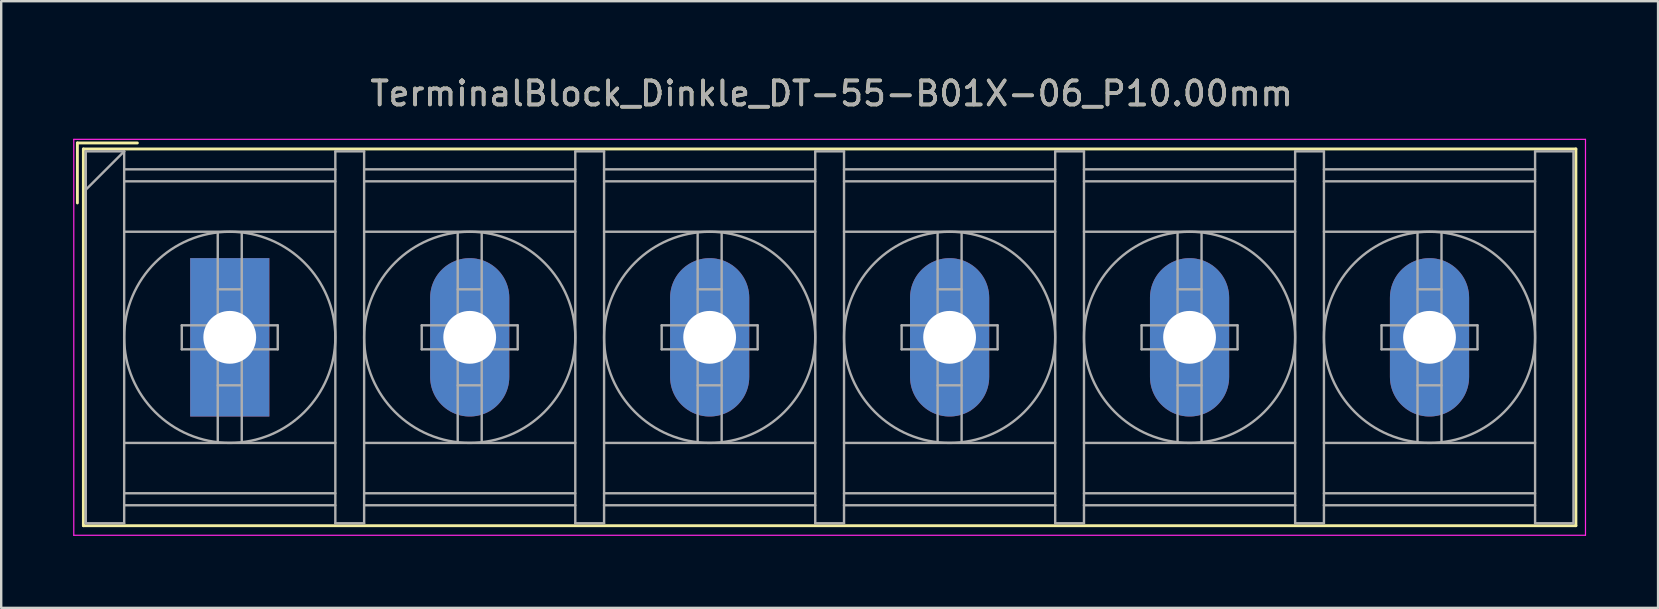
<source format=kicad_pcb>
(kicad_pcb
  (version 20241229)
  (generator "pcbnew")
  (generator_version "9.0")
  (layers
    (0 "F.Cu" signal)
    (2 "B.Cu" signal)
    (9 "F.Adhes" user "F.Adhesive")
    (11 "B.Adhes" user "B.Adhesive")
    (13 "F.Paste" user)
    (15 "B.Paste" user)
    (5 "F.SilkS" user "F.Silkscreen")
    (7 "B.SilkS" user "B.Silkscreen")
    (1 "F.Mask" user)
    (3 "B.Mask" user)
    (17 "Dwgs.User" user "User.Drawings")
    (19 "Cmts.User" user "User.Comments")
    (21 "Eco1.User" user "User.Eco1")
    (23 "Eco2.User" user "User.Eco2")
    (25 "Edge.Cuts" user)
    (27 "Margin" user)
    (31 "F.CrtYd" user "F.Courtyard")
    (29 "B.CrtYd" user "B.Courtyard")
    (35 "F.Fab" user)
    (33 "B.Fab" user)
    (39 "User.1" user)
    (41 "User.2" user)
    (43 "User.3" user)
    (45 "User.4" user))
  (footprint "TerminalBlock_Dinkle_DT-55-B01X-06_P10.00mm"
    (layer "F.Cu")
    (at 6.525 11.008)
    (property "Reference" "TerminalBlock_Dinkle_DT-55-B01X-06_P10.00mm" (at 25.08 -10.16 0) (layer "F.SilkS") (effects (font (size 1 1) (thickness 0.15))))
    (attr through_hole)
    (fp_line (start -6.35 -8.1) (end -3.85 -8.1) (stroke (width 0.12) (type solid)) (layer "F.SilkS"))
    (fp_line (start -6.35 -5.6) (end -6.35 -8.1) (stroke (width 0.12) (type solid)) (layer "F.SilkS"))
    (fp_line (start -6.1 -7.85) (end 56.1 -7.85) (stroke (width 0.12) (type solid)) (layer "F.SilkS"))
    (fp_line (start -6.1 7.85) (end -6.1 -7.85) (stroke (width 0.12) (type solid)) (layer "F.SilkS"))
    (fp_line (start -6.1 7.85) (end 56.1 7.85) (stroke (width 0.12) (type solid)) (layer "F.SilkS"))
    (fp_line (start 56.1 -7.85) (end 56.1 7.85) (stroke (width 0.12) (type solid)) (layer "F.SilkS"))
    (fp_line (start -6.5 -8.25) (end 56.5 -8.25) (stroke (width 0.05) (type solid)) (layer "F.CrtYd"))
    (fp_line (start -6.5 8.25) (end -6.5 -8.25) (stroke (width 0.05) (type solid)) (layer "F.CrtYd"))
    (fp_line (start -6.5 8.25) (end 56.5 8.25) (stroke (width 0.05) (type solid)) (layer "F.CrtYd"))
    (fp_line (start 56.5 -8.25) (end 56.5 8.25) (stroke (width 0.05) (type solid)) (layer "F.CrtYd"))
    (fp_line (start -6 -7.75) (end -6 7.75) (stroke (width 0.1) (type solid)) (layer "F.Fab"))
    (fp_line (start -6 -7.75) (end -4.4 -7.75) (stroke (width 0.1) (type solid)) (layer "F.Fab"))
    (fp_line (start -6 7.75) (end -4.4 7.75) (stroke (width 0.1) (type solid)) (layer "F.Fab"))
    (fp_line (start -4.4 -7.75) (end -6 -6.15) (stroke (width 0.1) (type solid)) (layer "F.Fab"))
    (fp_line (start -4.4 -7.75) (end -4.4 7.75) (stroke (width 0.1) (type solid)) (layer "F.Fab"))
    (fp_line (start -4.4 -7) (end 4.4 -7) (stroke (width 0.1) (type solid)) (layer "F.Fab"))
    (fp_line (start -4.4 -6.5) (end 4.4 -6.5) (stroke (width 0.1) (type solid)) (layer "F.Fab"))
    (fp_line (start -4.4 -4.4) (end 4.4 -4.4) (stroke (width 0.1) (type solid)) (layer "F.Fab"))
    (fp_line (start -4.4 4.4) (end 4.4 4.4) (stroke (width 0.1) (type solid)) (layer "F.Fab"))
    (fp_line (start -4.4 6.5) (end 4.4 6.5) (stroke (width 0.1) (type solid)) (layer "F.Fab"))
    (fp_line (start -4.4 7) (end 4.4 7) (stroke (width 0.1) (type solid)) (layer "F.Fab"))
    (fp_line (start -2 -0.5) (end -2 0.5) (stroke (width 0.1) (type solid)) (layer "F.Fab"))
    (fp_line (start -2 0.5) (end -0.5 0.5) (stroke (width 0.1) (type solid)) (layer "F.Fab"))
    (fp_line (start -0.5 -4.35) (end -0.5 -0.5) (stroke (width 0.1) (type solid)) (layer "F.Fab"))
    (fp_line (start -0.5 -2) (end 0.5 -2) (stroke (width 0.1) (type solid)) (layer "F.Fab"))
    (fp_line (start -0.5 -0.5) (end -2 -0.5) (stroke (width 0.1) (type solid)) (layer "F.Fab"))
    (fp_line (start -0.5 0.5) (end -0.5 4.35) (stroke (width 0.1) (type solid)) (layer "F.Fab"))
    (fp_line (start -0.5 2) (end 0.5 2) (stroke (width 0.1) (type solid)) (layer "F.Fab"))
    (fp_line (start 0.5 -4.35) (end 0.5 -0.5) (stroke (width 0.1) (type solid)) (layer "F.Fab"))
    (fp_line (start 0.5 -0.5) (end 2 -0.5) (stroke (width 0.1) (type solid)) (layer "F.Fab"))
    (fp_line (start 0.5 0.5) (end 0.5 4.35) (stroke (width 0.1) (type solid)) (layer "F.Fab"))
    (fp_line (start 2 -0.5) (end 2 0.5) (stroke (width 0.1) (type solid)) (layer "F.Fab"))
    (fp_line (start 2 0.5) (end 0.5 0.5) (stroke (width 0.1) (type solid)) (layer "F.Fab"))
    (fp_line (start 4.4 -7.75) (end 4.4 7.75) (stroke (width 0.1) (type solid)) (layer "F.Fab"))
    (fp_line (start 4.4 -7.75) (end 5.6 -7.75) (stroke (width 0.1) (type solid)) (layer "F.Fab"))
    (fp_line (start 4.4 7.75) (end 5.6 7.75) (stroke (width 0.1) (type solid)) (layer "F.Fab"))
    (fp_line (start 5.6 -7.75) (end 5.6 7.75) (stroke (width 0.1) (type solid)) (layer "F.Fab"))
    (fp_line (start 5.6 -7) (end 14.4 -7) (stroke (width 0.1) (type solid)) (layer "F.Fab"))
    (fp_line (start 5.6 -6.5) (end 14.4 -6.5) (stroke (width 0.1) (type solid)) (layer "F.Fab"))
    (fp_line (start 5.6 -4.4) (end 14.4 -4.4) (stroke (width 0.1) (type solid)) (layer "F.Fab"))
    (fp_line (start 5.6 4.4) (end 14.4 4.4) (stroke (width 0.1) (type solid)) (layer "F.Fab"))
    (fp_line (start 5.6 6.5) (end 14.4 6.5) (stroke (width 0.1) (type solid)) (layer "F.Fab"))
    (fp_line (start 5.6 7) (end 14.4 7) (stroke (width 0.1) (type solid)) (layer "F.Fab"))
    (fp_line (start 8 -0.5) (end 8 0.5) (stroke (width 0.1) (type solid)) (layer "F.Fab"))
    (fp_line (start 8 0.5) (end 9.5 0.5) (stroke (width 0.1) (type solid)) (layer "F.Fab"))
    (fp_line (start 9.5 -4.35) (end 9.5 -0.5) (stroke (width 0.1) (type solid)) (layer "F.Fab"))
    (fp_line (start 9.5 -2) (end 10.5 -2) (stroke (width 0.1) (type solid)) (layer "F.Fab"))
    (fp_line (start 9.5 -0.5) (end 8 -0.5) (stroke (width 0.1) (type solid)) (layer "F.Fab"))
    (fp_line (start 9.5 0.5) (end 9.5 4.35) (stroke (width 0.1) (type solid)) (layer "F.Fab"))
    (fp_line (start 9.5 2) (end 10.5 2) (stroke (width 0.1) (type solid)) (layer "F.Fab"))
    (fp_line (start 10.5 -4.35) (end 10.5 -0.5) (stroke (width 0.1) (type solid)) (layer "F.Fab"))
    (fp_line (start 10.5 -0.5) (end 12 -0.5) (stroke (width 0.1) (type solid)) (layer "F.Fab"))
    (fp_line (start 10.5 0.5) (end 10.5 4.35) (stroke (width 0.1) (type solid)) (layer "F.Fab"))
    (fp_line (start 12 -0.5) (end 12 0.5) (stroke (width 0.1) (type solid)) (layer "F.Fab"))
    (fp_line (start 12 0.5) (end 10.5 0.5) (stroke (width 0.1) (type solid)) (layer "F.Fab"))
    (fp_line (start 14.4 -7.75) (end 14.4 7.75) (stroke (width 0.1) (type solid)) (layer "F.Fab"))
    (fp_line (start 14.4 -7.75) (end 15.6 -7.75) (stroke (width 0.1) (type solid)) (layer "F.Fab"))
    (fp_line (start 14.4 7.75) (end 15.6 7.75) (stroke (width 0.1) (type solid)) (layer "F.Fab"))
    (fp_line (start 15.6 -7.75) (end 15.6 7.75) (stroke (width 0.1) (type solid)) (layer "F.Fab"))
    (fp_line (start 15.6 -7) (end 24.4 -7) (stroke (width 0.1) (type solid)) (layer "F.Fab"))
    (fp_line (start 15.6 -6.5) (end 24.4 -6.5) (stroke (width 0.1) (type solid)) (layer "F.Fab"))
    (fp_line (start 15.6 -4.4) (end 24.4 -4.4) (stroke (width 0.1) (type solid)) (layer "F.Fab"))
    (fp_line (start 15.6 4.4) (end 24.4 4.4) (stroke (width 0.1) (type solid)) (layer "F.Fab"))
    (fp_line (start 15.6 6.5) (end 24.4 6.5) (stroke (width 0.1) (type solid)) (layer "F.Fab"))
    (fp_line (start 15.6 7) (end 24.4 7) (stroke (width 0.1) (type solid)) (layer "F.Fab"))
    (fp_line (start 18 -0.5) (end 18 0.5) (stroke (width 0.1) (type solid)) (layer "F.Fab"))
    (fp_line (start 18 0.5) (end 19.5 0.5) (stroke (width 0.1) (type solid)) (layer "F.Fab"))
    (fp_line (start 19.5 -4.35) (end 19.5 -0.5) (stroke (width 0.1) (type solid)) (layer "F.Fab"))
    (fp_line (start 19.5 -2) (end 20.5 -2) (stroke (width 0.1) (type solid)) (layer "F.Fab"))
    (fp_line (start 19.5 -0.5) (end 18 -0.5) (stroke (width 0.1) (type solid)) (layer "F.Fab"))
    (fp_line (start 19.5 0.5) (end 19.5 4.35) (stroke (width 0.1) (type solid)) (layer "F.Fab"))
    (fp_line (start 19.5 2) (end 20.5 2) (stroke (width 0.1) (type solid)) (layer "F.Fab"))
    (fp_line (start 20.5 -4.35) (end 20.5 -0.5) (stroke (width 0.1) (type solid)) (layer "F.Fab"))
    (fp_line (start 20.5 -0.5) (end 22 -0.5) (stroke (width 0.1) (type solid)) (layer "F.Fab"))
    (fp_line (start 20.5 0.5) (end 20.5 4.35) (stroke (width 0.1) (type solid)) (layer "F.Fab"))
    (fp_line (start 22 -0.5) (end 22 0.5) (stroke (width 0.1) (type solid)) (layer "F.Fab"))
    (fp_line (start 22 0.5) (end 20.5 0.5) (stroke (width 0.1) (type solid)) (layer "F.Fab"))
    (fp_line (start 24.4 -7.75) (end 24.4 7.75) (stroke (width 0.1) (type solid)) (layer "F.Fab"))
    (fp_line (start 24.4 -7.75) (end 25.6 -7.75) (stroke (width 0.1) (type solid)) (layer "F.Fab"))
    (fp_line (start 24.4 7.75) (end 25.6 7.75) (stroke (width 0.1) (type solid)) (layer "F.Fab"))
    (fp_line (start 25.6 -7.75) (end 25.6 7.75) (stroke (width 0.1) (type solid)) (layer "F.Fab"))
    (fp_line (start 25.6 -7) (end 34.4 -7) (stroke (width 0.1) (type solid)) (layer "F.Fab"))
    (fp_line (start 25.6 -6.5) (end 34.4 -6.5) (stroke (width 0.1) (type solid)) (layer "F.Fab"))
    (fp_line (start 25.6 -4.4) (end 34.4 -4.4) (stroke (width 0.1) (type solid)) (layer "F.Fab"))
    (fp_line (start 25.6 4.4) (end 34.4 4.4) (stroke (width 0.1) (type solid)) (layer "F.Fab"))
    (fp_line (start 25.6 6.5) (end 34.4 6.5) (stroke (width 0.1) (type solid)) (layer "F.Fab"))
    (fp_line (start 25.6 7) (end 34.4 7) (stroke (width 0.1) (type solid)) (layer "F.Fab"))
    (fp_line (start 28 -0.5) (end 28 0.5) (stroke (width 0.1) (type solid)) (layer "F.Fab"))
    (fp_line (start 28 0.5) (end 29.5 0.5) (stroke (width 0.1) (type solid)) (layer "F.Fab"))
    (fp_line (start 29.5 -4.35) (end 29.5 -0.5) (stroke (width 0.1) (type solid)) (layer "F.Fab"))
    (fp_line (start 29.5 -2) (end 30.5 -2) (stroke (width 0.1) (type solid)) (layer "F.Fab"))
    (fp_line (start 29.5 -0.5) (end 28 -0.5) (stroke (width 0.1) (type solid)) (layer "F.Fab"))
    (fp_line (start 29.5 0.5) (end 29.5 4.35) (stroke (width 0.1) (type solid)) (layer "F.Fab"))
    (fp_line (start 29.5 2) (end 30.5 2) (stroke (width 0.1) (type solid)) (layer "F.Fab"))
    (fp_line (start 30.5 -4.35) (end 30.5 -0.5) (stroke (width 0.1) (type solid)) (layer "F.Fab"))
    (fp_line (start 30.5 -0.5) (end 32 -0.5) (stroke (width 0.1) (type solid)) (layer "F.Fab"))
    (fp_line (start 30.5 0.5) (end 30.5 4.35) (stroke (width 0.1) (type solid)) (layer "F.Fab"))
    (fp_line (start 32 -0.5) (end 32 0.5) (stroke (width 0.1) (type solid)) (layer "F.Fab"))
    (fp_line (start 32 0.5) (end 30.5 0.5) (stroke (width 0.1) (type solid)) (layer "F.Fab"))
    (fp_line (start 34.4 -7.75) (end 34.4 7.75) (stroke (width 0.1) (type solid)) (layer "F.Fab"))
    (fp_line (start 34.4 -7.75) (end 35.6 -7.75) (stroke (width 0.1) (type solid)) (layer "F.Fab"))
    (fp_line (start 34.4 7.75) (end 35.6 7.75) (stroke (width 0.1) (type solid)) (layer "F.Fab"))
    (fp_line (start 35.6 -7.75) (end 35.6 7.75) (stroke (width 0.1) (type solid)) (layer "F.Fab"))
    (fp_line (start 35.6 -7) (end 44.4 -7) (stroke (width 0.1) (type solid)) (layer "F.Fab"))
    (fp_line (start 35.6 -6.5) (end 44.4 -6.5) (stroke (width 0.1) (type solid)) (layer "F.Fab"))
    (fp_line (start 35.6 -4.4) (end 44.4 -4.4) (stroke (width 0.1) (type solid)) (layer "F.Fab"))
    (fp_line (start 35.6 4.4) (end 44.4 4.4) (stroke (width 0.1) (type solid)) (layer "F.Fab"))
    (fp_line (start 35.6 6.5) (end 44.4 6.5) (stroke (width 0.1) (type solid)) (layer "F.Fab"))
    (fp_line (start 35.6 7) (end 44.4 7) (stroke (width 0.1) (type solid)) (layer "F.Fab"))
    (fp_line (start 38 -0.5) (end 38 0.5) (stroke (width 0.1) (type solid)) (layer "F.Fab"))
    (fp_line (start 38 0.5) (end 39.5 0.5) (stroke (width 0.1) (type solid)) (layer "F.Fab"))
    (fp_line (start 39.5 -4.35) (end 39.5 -0.5) (stroke (width 0.1) (type solid)) (layer "F.Fab"))
    (fp_line (start 39.5 -2) (end 40.5 -2) (stroke (width 0.1) (type solid)) (layer "F.Fab"))
    (fp_line (start 39.5 -0.5) (end 38 -0.5) (stroke (width 0.1) (type solid)) (layer "F.Fab"))
    (fp_line (start 39.5 0.5) (end 39.5 4.35) (stroke (width 0.1) (type solid)) (layer "F.Fab"))
    (fp_line (start 39.5 2) (end 40.5 2) (stroke (width 0.1) (type solid)) (layer "F.Fab"))
    (fp_line (start 40.5 -4.35) (end 40.5 -0.5) (stroke (width 0.1) (type solid)) (layer "F.Fab"))
    (fp_line (start 40.5 -0.5) (end 42 -0.5) (stroke (width 0.1) (type solid)) (layer "F.Fab"))
    (fp_line (start 40.5 0.5) (end 40.5 4.35) (stroke (width 0.1) (type solid)) (layer "F.Fab"))
    (fp_line (start 42 -0.5) (end 42 0.5) (stroke (width 0.1) (type solid)) (layer "F.Fab"))
    (fp_line (start 42 0.5) (end 40.5 0.5) (stroke (width 0.1) (type solid)) (layer "F.Fab"))
    (fp_line (start 44.4 -7.75) (end 44.4 7.75) (stroke (width 0.1) (type solid)) (layer "F.Fab"))
    (fp_line (start 44.4 -7.75) (end 45.6 -7.75) (stroke (width 0.1) (type solid)) (layer "F.Fab"))
    (fp_line (start 44.4 7.75) (end 45.6 7.75) (stroke (width 0.1) (type solid)) (layer "F.Fab"))
    (fp_line (start 45.6 -7.75) (end 45.6 7.75) (stroke (width 0.1) (type solid)) (layer "F.Fab"))
    (fp_line (start 45.6 -7) (end 54.4 -7) (stroke (width 0.1) (type solid)) (layer "F.Fab"))
    (fp_line (start 45.6 -6.5) (end 54.4 -6.5) (stroke (width 0.1) (type solid)) (layer "F.Fab"))
    (fp_line (start 45.6 -4.4) (end 54.4 -4.4) (stroke (width 0.1) (type solid)) (layer "F.Fab"))
    (fp_line (start 45.6 4.4) (end 54.4 4.4) (stroke (width 0.1) (type solid)) (layer "F.Fab"))
    (fp_line (start 45.6 6.5) (end 54.4 6.5) (stroke (width 0.1) (type solid)) (layer "F.Fab"))
    (fp_line (start 45.6 7) (end 54.4 7) (stroke (width 0.1) (type solid)) (layer "F.Fab"))
    (fp_line (start 48 -0.5) (end 48 0.5) (stroke (width 0.1) (type solid)) (layer "F.Fab"))
    (fp_line (start 48 0.5) (end 49.5 0.5) (stroke (width 0.1) (type solid)) (layer "F.Fab"))
    (fp_line (start 49.5 -4.35) (end 49.5 -0.5) (stroke (width 0.1) (type solid)) (layer "F.Fab"))
    (fp_line (start 49.5 -2) (end 50.5 -2) (stroke (width 0.1) (type solid)) (layer "F.Fab"))
    (fp_line (start 49.5 -0.5) (end 48 -0.5) (stroke (width 0.1) (type solid)) (layer "F.Fab"))
    (fp_line (start 49.5 0.5) (end 49.5 4.35) (stroke (width 0.1) (type solid)) (layer "F.Fab"))
    (fp_line (start 49.5 2) (end 50.5 2) (stroke (width 0.1) (type solid)) (layer "F.Fab"))
    (fp_line (start 50.5 -4.35) (end 50.5 -0.5) (stroke (width 0.1) (type solid)) (layer "F.Fab"))
    (fp_line (start 50.5 -0.5) (end 52 -0.5) (stroke (width 0.1) (type solid)) (layer "F.Fab"))
    (fp_line (start 50.5 0.5) (end 50.5 4.35) (stroke (width 0.1) (type solid)) (layer "F.Fab"))
    (fp_line (start 52 -0.5) (end 52 0.5) (stroke (width 0.1) (type solid)) (layer "F.Fab"))
    (fp_line (start 52 0.5) (end 50.5 0.5) (stroke (width 0.1) (type solid)) (layer "F.Fab"))
    (fp_line (start 54.4 -7.75) (end 54.4 7.75) (stroke (width 0.1) (type solid)) (layer "F.Fab"))
    (fp_line (start 54.4 -7.75) (end 56 -7.75) (stroke (width 0.1) (type solid)) (layer "F.Fab"))
    (fp_line (start 54.4 7.75) (end 56 7.75) (stroke (width 0.1) (type solid)) (layer "F.Fab"))
    (fp_line (start 56 -7.75) (end 56 7.75) (stroke (width 0.1) (type solid)) (layer "F.Fab"))
    (fp_circle (center 0 0) (end 0.5 0.5) (stroke (width 0.1) (type solid)) (fill no) (layer "F.Fab"))
    (fp_circle (center 0 0) (end 4.4 0) (stroke (width 0.1) (type solid)) (fill no) (layer "F.Fab"))
    (fp_circle (center 10 0) (end 10.5 0.5) (stroke (width 0.1) (type solid)) (fill no) (layer "F.Fab"))
    (fp_circle (center 10 0) (end 14.4 0) (stroke (width 0.1) (type solid)) (fill no) (layer "F.Fab"))
    (fp_circle (center 20 0) (end 20.5 0.5) (stroke (width 0.1) (type solid)) (fill no) (layer "F.Fab"))
    (fp_circle (center 20 0) (end 24.4 0) (stroke (width 0.1) (type solid)) (fill no) (layer "F.Fab"))
    (fp_circle (center 30 0) (end 30.5 0.5) (stroke (width 0.1) (type solid)) (fill no) (layer "F.Fab"))
    (fp_circle (center 30 0) (end 34.4 0) (stroke (width 0.1) (type solid)) (fill no) (layer "F.Fab"))
    (fp_circle (center 40 0) (end 40.5 0.5) (stroke (width 0.1) (type solid)) (fill no) (layer "F.Fab"))
    (fp_circle (center 40 0) (end 44.4 0) (stroke (width 0.1) (type solid)) (fill no) (layer "F.Fab"))
    (fp_circle (center 50 0) (end 50.5 0.5) (stroke (width 0.1) (type solid)) (fill no) (layer "F.Fab"))
    (fp_circle (center 50 0) (end 54.4 0) (stroke (width 0.1) (type solid)) (fill no) (layer "F.Fab"))
    (fp_text user "${REFERENCE}" (at 25.08 -10.16 0) (layer "F.Fab") (effects (font (size 1 1) (thickness 0.15))))
    (pad "1" thru_hole rect (at 0 0) (size 3.3 6.6) (drill 2.2) (layers "*.Cu" "*.Mask"))
    (pad "2" thru_hole oval (at 10 0) (size 3.3 6.6) (drill 2.2) (layers "*.Cu" "*.Mask"))
    (pad "3" thru_hole oval (at 20 0) (size 3.3 6.6) (drill 2.2) (layers "*.Cu" "*.Mask"))
    (pad "4" thru_hole oval (at 30 0) (size 3.3 6.6) (drill 2.2) (layers "*.Cu" "*.Mask"))
    (pad "5" thru_hole oval (at 40 0) (size 3.3 6.6) (drill 2.2) (layers "*.Cu" "*.Mask"))
    (pad "6" thru_hole oval (at 50 0) (size 3.3 6.6) (drill 2.2) (layers "*.Cu" "*.Mask")))
  (gr_rect
    (start -3 -3)
    (end 66.05 22.283)
    (stroke (width 0.1) (type default))
    (fill no)
    (layer "Edge.Cuts")))
</source>
